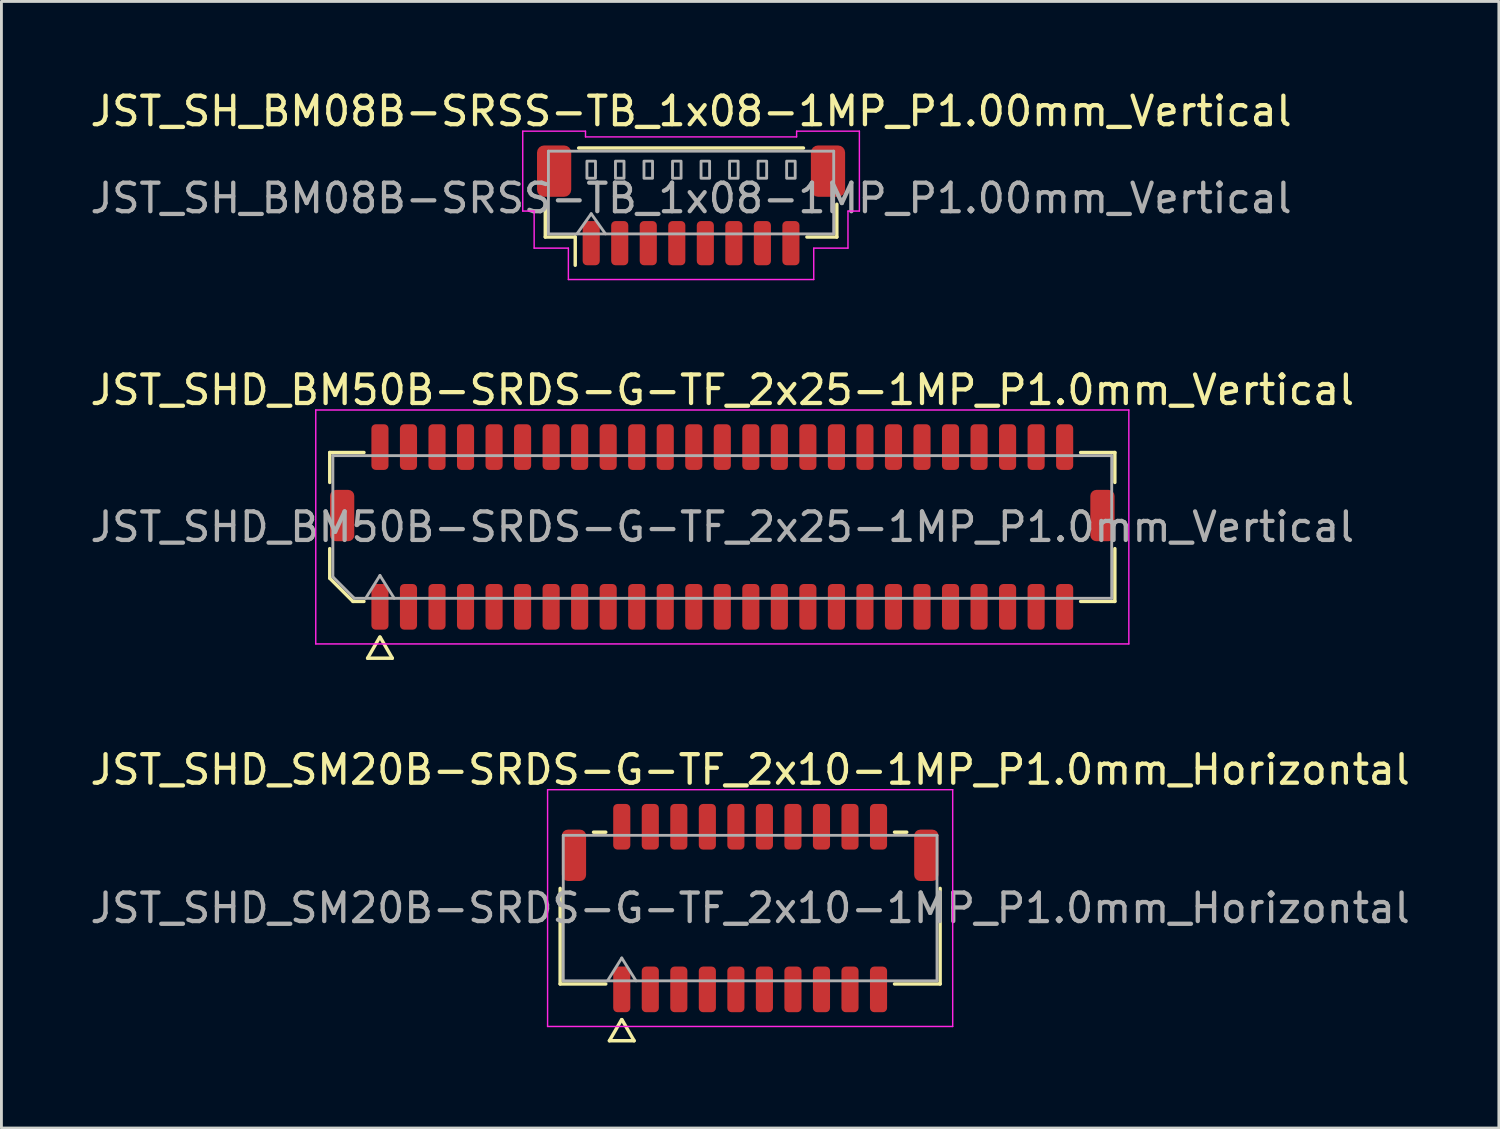
<source format=kicad_pcb>
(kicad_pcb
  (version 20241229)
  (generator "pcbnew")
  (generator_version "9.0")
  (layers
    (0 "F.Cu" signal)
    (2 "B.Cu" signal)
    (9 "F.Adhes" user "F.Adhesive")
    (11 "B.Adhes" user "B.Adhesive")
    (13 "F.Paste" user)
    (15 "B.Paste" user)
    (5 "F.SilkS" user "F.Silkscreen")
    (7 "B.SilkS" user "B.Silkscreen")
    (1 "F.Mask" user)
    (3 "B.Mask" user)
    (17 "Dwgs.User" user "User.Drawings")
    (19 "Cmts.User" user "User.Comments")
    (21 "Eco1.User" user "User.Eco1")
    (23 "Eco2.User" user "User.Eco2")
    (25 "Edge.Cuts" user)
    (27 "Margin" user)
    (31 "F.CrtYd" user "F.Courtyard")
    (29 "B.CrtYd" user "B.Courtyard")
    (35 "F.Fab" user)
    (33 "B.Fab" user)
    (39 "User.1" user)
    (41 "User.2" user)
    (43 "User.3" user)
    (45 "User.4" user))
  (footprint "JST_SHD_BM50B-SRDS-G-TF_2x25-1MP_P1.0mm_Vertical"
    (layer "F.Cu")
    (at 22.268 15.421)
    (property "Reference" "JST_SHD_BM50B-SRDS-G-TF_2x25-1MP_P1.0mm_Vertical" (at 0 -4.8 0) (layer "F.SilkS") (effects (font (size 1 1) (thickness 0.15))))
    (attr smd)
    (fp_line (start -13.76 -2.61) (end -12.56 -2.61) (stroke (width 0.12) (type solid)) (layer "F.SilkS"))
    (fp_line (start -13.76 -1.56) (end -13.76 -2.61) (stroke (width 0.12) (type solid)) (layer "F.SilkS"))
    (fp_line (start -13.76 1.796) (end -13.76 0.76) (stroke (width 0.12) (type solid)) (layer "F.SilkS"))
    (fp_line (start -12.946 2.61) (end -13.76 1.796) (stroke (width 0.12) (type solid)) (layer "F.SilkS"))
    (fp_line (start -12.56 2.61) (end -12.946 2.61) (stroke (width 0.12) (type solid)) (layer "F.SilkS"))
    (fp_line (start -12.433 4.6) (end -12.006 3.86) (stroke (width 0.12) (type solid)) (layer "F.SilkS"))
    (fp_line (start -11.994 3.86) (end -11.567 4.6) (stroke (width 0.12) (type solid)) (layer "F.SilkS"))
    (fp_line (start -11.567 4.6) (end -12.433 4.6) (stroke (width 0.12) (type solid)) (layer "F.SilkS"))
    (fp_line (start 12.56 -2.61) (end 13.76 -2.61) (stroke (width 0.12) (type solid)) (layer "F.SilkS"))
    (fp_line (start 13.76 -2.61) (end 13.76 -1.56) (stroke (width 0.12) (type solid)) (layer "F.SilkS"))
    (fp_line (start 13.76 0.76) (end 13.76 2.61) (stroke (width 0.12) (type solid)) (layer "F.SilkS"))
    (fp_line (start 13.76 2.61) (end 12.56 2.61) (stroke (width 0.12) (type solid)) (layer "F.SilkS"))
    (fp_line (start -14.25 -4.1) (end -14.25 4.1) (stroke (width 0.05) (type solid)) (layer "F.CrtYd"))
    (fp_line (start -14.25 4.1) (end 14.25 4.1) (stroke (width 0.05) (type solid)) (layer "F.CrtYd"))
    (fp_line (start 14.25 -4.1) (end -14.25 -4.1) (stroke (width 0.05) (type solid)) (layer "F.CrtYd"))
    (fp_line (start 14.25 4.1) (end 14.25 -4.1) (stroke (width 0.05) (type solid)) (layer "F.CrtYd"))
    (fp_line (start -13.65 -2.5) (end 13.65 -2.5) (stroke (width 0.1) (type solid)) (layer "F.Fab"))
    (fp_line (start -13.65 1.75) (end -13.65 -2.5) (stroke (width 0.1) (type solid)) (layer "F.Fab"))
    (fp_line (start -12.9 2.5) (end -13.65 1.75) (stroke (width 0.1) (type solid)) (layer "F.Fab"))
    (fp_line (start -12.5 2.5) (end -12 1.7) (stroke (width 0.1) (type solid)) (layer "F.Fab"))
    (fp_line (start -12 1.7) (end -11.5 2.5) (stroke (width 0.1) (type solid)) (layer "F.Fab"))
    (fp_line (start 13.65 -2.5) (end 13.65 2.5) (stroke (width 0.1) (type solid)) (layer "F.Fab"))
    (fp_line (start 13.65 2.5) (end -12.9 2.5) (stroke (width 0.1) (type solid)) (layer "F.Fab"))
    (fp_text user "${REFERENCE}" (at 0 0 0) (layer "F.Fab") (effects (font (size 1 1) (thickness 0.15))))
    (pad "1" smd roundrect (at -12 2.8) (size 0.6 1.6) (layers "F.Cu" "F.Mask" "F.Paste") (roundrect_rratio 0.25))
    (pad "2" smd roundrect (at -12 -2.8) (size 0.6 1.6) (layers "F.Cu" "F.Mask" "F.Paste") (roundrect_rratio 0.25))
    (pad "3" smd roundrect (at -11 2.8) (size 0.6 1.6) (layers "F.Cu" "F.Mask" "F.Paste") (roundrect_rratio 0.25))
    (pad "4" smd roundrect (at -11 -2.8) (size 0.6 1.6) (layers "F.Cu" "F.Mask" "F.Paste") (roundrect_rratio 0.25))
    (pad "5" smd roundrect (at -10 2.8) (size 0.6 1.6) (layers "F.Cu" "F.Mask" "F.Paste") (roundrect_rratio 0.25))
    (pad "6" smd roundrect (at -10 -2.8) (size 0.6 1.6) (layers "F.Cu" "F.Mask" "F.Paste") (roundrect_rratio 0.25))
    (pad "7" smd roundrect (at -9 2.8) (size 0.6 1.6) (layers "F.Cu" "F.Mask" "F.Paste") (roundrect_rratio 0.25))
    (pad "8" smd roundrect (at -9 -2.8) (size 0.6 1.6) (layers "F.Cu" "F.Mask" "F.Paste") (roundrect_rratio 0.25))
    (pad "9" smd roundrect (at -8 2.8) (size 0.6 1.6) (layers "F.Cu" "F.Mask" "F.Paste") (roundrect_rratio 0.25))
    (pad "10" smd roundrect (at -8 -2.8) (size 0.6 1.6) (layers "F.Cu" "F.Mask" "F.Paste") (roundrect_rratio 0.25))
    (pad "11" smd roundrect (at -7 2.8) (size 0.6 1.6) (layers "F.Cu" "F.Mask" "F.Paste") (roundrect_rratio 0.25))
    (pad "12" smd roundrect (at -7 -2.8) (size 0.6 1.6) (layers "F.Cu" "F.Mask" "F.Paste") (roundrect_rratio 0.25))
    (pad "13" smd roundrect (at -6 2.8) (size 0.6 1.6) (layers "F.Cu" "F.Mask" "F.Paste") (roundrect_rratio 0.25))
    (pad "14" smd roundrect (at -6 -2.8) (size 0.6 1.6) (layers "F.Cu" "F.Mask" "F.Paste") (roundrect_rratio 0.25))
    (pad "15" smd roundrect (at -5 2.8) (size 0.6 1.6) (layers "F.Cu" "F.Mask" "F.Paste") (roundrect_rratio 0.25))
    (pad "16" smd roundrect (at -5 -2.8) (size 0.6 1.6) (layers "F.Cu" "F.Mask" "F.Paste") (roundrect_rratio 0.25))
    (pad "17" smd roundrect (at -4 2.8) (size 0.6 1.6) (layers "F.Cu" "F.Mask" "F.Paste") (roundrect_rratio 0.25))
    (pad "18" smd roundrect (at -4 -2.8) (size 0.6 1.6) (layers "F.Cu" "F.Mask" "F.Paste") (roundrect_rratio 0.25))
    (pad "19" smd roundrect (at -3 2.8) (size 0.6 1.6) (layers "F.Cu" "F.Mask" "F.Paste") (roundrect_rratio 0.25))
    (pad "20" smd roundrect (at -3 -2.8) (size 0.6 1.6) (layers "F.Cu" "F.Mask" "F.Paste") (roundrect_rratio 0.25))
    (pad "21" smd roundrect (at -2 2.8) (size 0.6 1.6) (layers "F.Cu" "F.Mask" "F.Paste") (roundrect_rratio 0.25))
    (pad "22" smd roundrect (at -2 -2.8) (size 0.6 1.6) (layers "F.Cu" "F.Mask" "F.Paste") (roundrect_rratio 0.25))
    (pad "23" smd roundrect (at -1 2.8) (size 0.6 1.6) (layers "F.Cu" "F.Mask" "F.Paste") (roundrect_rratio 0.25))
    (pad "24" smd roundrect (at -1 -2.8) (size 0.6 1.6) (layers "F.Cu" "F.Mask" "F.Paste") (roundrect_rratio 0.25))
    (pad "25" smd roundrect (at 0 2.8) (size 0.6 1.6) (layers "F.Cu" "F.Mask" "F.Paste") (roundrect_rratio 0.25))
    (pad "26" smd roundrect (at 0 -2.8) (size 0.6 1.6) (layers "F.Cu" "F.Mask" "F.Paste") (roundrect_rratio 0.25))
    (pad "27" smd roundrect (at 1 2.8) (size 0.6 1.6) (layers "F.Cu" "F.Mask" "F.Paste") (roundrect_rratio 0.25))
    (pad "28" smd roundrect (at 1 -2.8) (size 0.6 1.6) (layers "F.Cu" "F.Mask" "F.Paste") (roundrect_rratio 0.25))
    (pad "29" smd roundrect (at 2 2.8) (size 0.6 1.6) (layers "F.Cu" "F.Mask" "F.Paste") (roundrect_rratio 0.25))
    (pad "30" smd roundrect (at 2 -2.8) (size 0.6 1.6) (layers "F.Cu" "F.Mask" "F.Paste") (roundrect_rratio 0.25))
    (pad "31" smd roundrect (at 3 2.8) (size 0.6 1.6) (layers "F.Cu" "F.Mask" "F.Paste") (roundrect_rratio 0.25))
    (pad "32" smd roundrect (at 3 -2.8) (size 0.6 1.6) (layers "F.Cu" "F.Mask" "F.Paste") (roundrect_rratio 0.25))
    (pad "33" smd roundrect (at 4 2.8) (size 0.6 1.6) (layers "F.Cu" "F.Mask" "F.Paste") (roundrect_rratio 0.25))
    (pad "34" smd roundrect (at 4 -2.8) (size 0.6 1.6) (layers "F.Cu" "F.Mask" "F.Paste") (roundrect_rratio 0.25))
    (pad "35" smd roundrect (at 5 2.8) (size 0.6 1.6) (layers "F.Cu" "F.Mask" "F.Paste") (roundrect_rratio 0.25))
    (pad "36" smd roundrect (at 5 -2.8) (size 0.6 1.6) (layers "F.Cu" "F.Mask" "F.Paste") (roundrect_rratio 0.25))
    (pad "37" smd roundrect (at 6 2.8) (size 0.6 1.6) (layers "F.Cu" "F.Mask" "F.Paste") (roundrect_rratio 0.25))
    (pad "38" smd roundrect (at 6 -2.8) (size 0.6 1.6) (layers "F.Cu" "F.Mask" "F.Paste") (roundrect_rratio 0.25))
    (pad "39" smd roundrect (at 7 2.8) (size 0.6 1.6) (layers "F.Cu" "F.Mask" "F.Paste") (roundrect_rratio 0.25))
    (pad "40" smd roundrect (at 7 -2.8) (size 0.6 1.6) (layers "F.Cu" "F.Mask" "F.Paste") (roundrect_rratio 0.25))
    (pad "41" smd roundrect (at 8 2.8) (size 0.6 1.6) (layers "F.Cu" "F.Mask" "F.Paste") (roundrect_rratio 0.25))
    (pad "42" smd roundrect (at 8 -2.8) (size 0.6 1.6) (layers "F.Cu" "F.Mask" "F.Paste") (roundrect_rratio 0.25))
    (pad "43" smd roundrect (at 9 2.8) (size 0.6 1.6) (layers "F.Cu" "F.Mask" "F.Paste") (roundrect_rratio 0.25))
    (pad "44" smd roundrect (at 9 -2.8) (size 0.6 1.6) (layers "F.Cu" "F.Mask" "F.Paste") (roundrect_rratio 0.25))
    (pad "45" smd roundrect (at 10 2.8) (size 0.6 1.6) (layers "F.Cu" "F.Mask" "F.Paste") (roundrect_rratio 0.25))
    (pad "46" smd roundrect (at 10 -2.8) (size 0.6 1.6) (layers "F.Cu" "F.Mask" "F.Paste") (roundrect_rratio 0.25))
    (pad "47" smd roundrect (at 11 2.8) (size 0.6 1.6) (layers "F.Cu" "F.Mask" "F.Paste") (roundrect_rratio 0.25))
    (pad "48" smd roundrect (at 11 -2.8) (size 0.6 1.6) (layers "F.Cu" "F.Mask" "F.Paste") (roundrect_rratio 0.25))
    (pad "49" smd roundrect (at 12 2.8) (size 0.6 1.6) (layers "F.Cu" "F.Mask" "F.Paste") (roundrect_rratio 0.25))
    (pad "50" smd roundrect (at 12 -2.8) (size 0.6 1.6) (layers "F.Cu" "F.Mask" "F.Paste") (roundrect_rratio 0.25))
    (pad "MP" smd roundrect (at -13.325 -0.4) (size 0.85 1.8) (layers "F.Cu" "F.Mask" "F.Paste") (roundrect_rratio 0.25))
    (pad "MP" smd roundrect (at 13.325 -0.4) (size 0.85 1.8) (layers "F.Cu" "F.Mask" "F.Paste") (roundrect_rratio 0.25)))
  (footprint "JST_SH_BM08B-SRSS-TB_1x08-1MP_P1.00mm_Vertical"
    (layer "F.Cu")
    (at 21.173 4.148)
    (property "Reference" "JST_SH_BM08B-SRSS-TB_1x08-1MP_P1.00mm_Vertical" (at 0 -3.3 0) (layer "F.SilkS") (effects (font (size 1 1) (thickness 0.15))))
    (attr smd)
    (fp_line (start -5.11 -0.04) (end -5.11 1.11) (stroke (width 0.12) (type solid)) (layer "F.SilkS"))
    (fp_line (start -5.11 1.11) (end -4.06 1.11) (stroke (width 0.12) (type solid)) (layer "F.SilkS"))
    (fp_line (start -4.06 1.11) (end -4.06 2.1) (stroke (width 0.12) (type solid)) (layer "F.SilkS"))
    (fp_line (start -3.94 -2.01) (end 3.94 -2.01) (stroke (width 0.12) (type solid)) (layer "F.SilkS"))
    (fp_line (start 5.11 -0.04) (end 5.11 1.11) (stroke (width 0.12) (type solid)) (layer "F.SilkS"))
    (fp_line (start 5.11 1.11) (end 4.06 1.11) (stroke (width 0.12) (type solid)) (layer "F.SilkS"))
    (fp_line (start -5.9 -2.6) (end -3.7 -2.6) (stroke (width 0.05) (type solid)) (layer "F.CrtYd"))
    (fp_line (start -5.9 0.2) (end -5.9 -2.6) (stroke (width 0.05) (type solid)) (layer "F.CrtYd"))
    (fp_line (start -5.5 0.2) (end -5.9 0.2) (stroke (width 0.05) (type solid)) (layer "F.CrtYd"))
    (fp_line (start -5.5 1.5) (end -5.5 0.2) (stroke (width 0.05) (type solid)) (layer "F.CrtYd"))
    (fp_line (start -4.3 1.5) (end -5.5 1.5) (stroke (width 0.05) (type solid)) (layer "F.CrtYd"))
    (fp_line (start -4.3 2.6) (end -4.3 1.5) (stroke (width 0.05) (type solid)) (layer "F.CrtYd"))
    (fp_line (start -3.7 -2.6) (end -3.7 -2.4) (stroke (width 0.05) (type solid)) (layer "F.CrtYd"))
    (fp_line (start -3.7 -2.4) (end 3.7 -2.4) (stroke (width 0.05) (type solid)) (layer "F.CrtYd"))
    (fp_line (start 3.7 -2.6) (end 5.9 -2.6) (stroke (width 0.05) (type solid)) (layer "F.CrtYd"))
    (fp_line (start 3.7 -2.4) (end 3.7 -2.6) (stroke (width 0.05) (type solid)) (layer "F.CrtYd"))
    (fp_line (start 4.3 1.5) (end 4.3 2.6) (stroke (width 0.05) (type solid)) (layer "F.CrtYd"))
    (fp_line (start 4.3 2.6) (end -4.3 2.6) (stroke (width 0.05) (type solid)) (layer "F.CrtYd"))
    (fp_line (start 5.5 0.2) (end 5.5 1.5) (stroke (width 0.05) (type solid)) (layer "F.CrtYd"))
    (fp_line (start 5.5 1.5) (end 4.3 1.5) (stroke (width 0.05) (type solid)) (layer "F.CrtYd"))
    (fp_line (start 5.9 -2.6) (end 5.9 0.2) (stroke (width 0.05) (type solid)) (layer "F.CrtYd"))
    (fp_line (start 5.9 0.2) (end 5.5 0.2) (stroke (width 0.05) (type solid)) (layer "F.CrtYd"))
    (fp_line (start -5 -1.9) (end 5 -1.9) (stroke (width 0.1) (type solid)) (layer "F.Fab"))
    (fp_line (start -5 1) (end -5 -1.9) (stroke (width 0.1) (type solid)) (layer "F.Fab"))
    (fp_line (start -5 1) (end 5 1) (stroke (width 0.1) (type solid)) (layer "F.Fab"))
    (fp_line (start -4 1) (end -3.5 0.293) (stroke (width 0.1) (type solid)) (layer "F.Fab"))
    (fp_line (start -3.5 0.293) (end -3 1) (stroke (width 0.1) (type solid)) (layer "F.Fab"))
    (fp_line (start 5 1) (end 5 -1.9) (stroke (width 0.1) (type solid)) (layer "F.Fab"))
    (fp_rect (start -3.65 -1.55) (end -3.35 -0.95) (stroke (width 0.1) (type solid)) (fill no) (layer "F.Fab"))
    (fp_rect (start -2.65 -1.55) (end -2.35 -0.95) (stroke (width 0.1) (type solid)) (fill no) (layer "F.Fab"))
    (fp_rect (start -1.65 -1.55) (end -1.35 -0.95) (stroke (width 0.1) (type solid)) (fill no) (layer "F.Fab"))
    (fp_rect (start -0.65 -1.55) (end -0.35 -0.95) (stroke (width 0.1) (type solid)) (fill no) (layer "F.Fab"))
    (fp_rect (start 0.35 -1.55) (end 0.65 -0.95) (stroke (width 0.1) (type solid)) (fill no) (layer "F.Fab"))
    (fp_rect (start 1.35 -1.55) (end 1.65 -0.95) (stroke (width 0.1) (type solid)) (fill no) (layer "F.Fab"))
    (fp_rect (start 2.35 -1.55) (end 2.65 -0.95) (stroke (width 0.1) (type solid)) (fill no) (layer "F.Fab"))
    (fp_rect (start 3.35 -1.55) (end 3.65 -0.95) (stroke (width 0.1) (type solid)) (fill no) (layer "F.Fab"))
    (fp_text user "${REFERENCE}" (at 0 -0.25 0) (layer "F.Fab") (effects (font (size 1 1) (thickness 0.15))))
    (pad "1" smd roundrect (at -3.5 1.325) (size 0.6 1.55) (layers "F.Cu" "F.Mask" "F.Paste") (roundrect_rratio 0.25))
    (pad "2" smd roundrect (at -2.5 1.325) (size 0.6 1.55) (layers "F.Cu" "F.Mask" "F.Paste") (roundrect_rratio 0.25))
    (pad "3" smd roundrect (at -1.5 1.325) (size 0.6 1.55) (layers "F.Cu" "F.Mask" "F.Paste") (roundrect_rratio 0.25))
    (pad "4" smd roundrect (at -0.5 1.325) (size 0.6 1.55) (layers "F.Cu" "F.Mask" "F.Paste") (roundrect_rratio 0.25))
    (pad "5" smd roundrect (at 0.5 1.325) (size 0.6 1.55) (layers "F.Cu" "F.Mask" "F.Paste") (roundrect_rratio 0.25))
    (pad "6" smd roundrect (at 1.5 1.325) (size 0.6 1.55) (layers "F.Cu" "F.Mask" "F.Paste") (roundrect_rratio 0.25))
    (pad "7" smd roundrect (at 2.5 1.325) (size 0.6 1.55) (layers "F.Cu" "F.Mask" "F.Paste") (roundrect_rratio 0.25))
    (pad "8" smd roundrect (at 3.5 1.325) (size 0.6 1.55) (layers "F.Cu" "F.Mask" "F.Paste") (roundrect_rratio 0.25))
    (pad "MP" smd roundrect (at -4.8 -1.2) (size 1.2 1.8) (layers "F.Cu" "F.Mask" "F.Paste") (roundrect_rratio 0.208))
    (pad "MP" smd roundrect (at 4.8 -1.2) (size 1.2 1.8) (layers "F.Cu" "F.Mask" "F.Paste") (roundrect_rratio 0.208)))
  (footprint "JST_SHD_SM20B-SRDS-G-TF_2x10-1MP_P1.0mm_Horizontal"
    (layer "F.Cu")
    (at 23.244 28.78)
    (property "Reference" "JST_SHD_SM20B-SRDS-G-TF_2x10-1MP_P1.0mm_Horizontal" (at 0 -4.85 0) (layer "F.SilkS") (effects (font (size 1 1) (thickness 0.15))))
    (attr smd)
    (fp_line (start -6.66 2.66) (end -6.66 -0.69) (stroke (width 0.12) (type solid)) (layer "F.SilkS"))
    (fp_line (start -5.49 -2.66) (end -5.06 -2.66) (stroke (width 0.12) (type solid)) (layer "F.SilkS"))
    (fp_line (start -5.06 2.66) (end -6.66 2.66) (stroke (width 0.12) (type solid)) (layer "F.SilkS"))
    (fp_line (start -4.933 4.65) (end -4.506 3.91) (stroke (width 0.12) (type solid)) (layer "F.SilkS"))
    (fp_line (start -4.494 3.91) (end -4.067 4.65) (stroke (width 0.12) (type solid)) (layer "F.SilkS"))
    (fp_line (start -4.067 4.65) (end -4.933 4.65) (stroke (width 0.12) (type solid)) (layer "F.SilkS"))
    (fp_line (start 5.06 -2.66) (end 5.49 -2.66) (stroke (width 0.12) (type solid)) (layer "F.SilkS"))
    (fp_line (start 6.66 -0.69) (end 6.66 2.66) (stroke (width 0.12) (type solid)) (layer "F.SilkS"))
    (fp_line (start 6.66 2.66) (end 5.06 2.66) (stroke (width 0.12) (type solid)) (layer "F.SilkS"))
    (fp_line (start -7.1 -4.15) (end -7.1 4.15) (stroke (width 0.05) (type solid)) (layer "F.CrtYd"))
    (fp_line (start -7.1 4.15) (end 7.1 4.15) (stroke (width 0.05) (type solid)) (layer "F.CrtYd"))
    (fp_line (start 7.1 -4.15) (end -7.1 -4.15) (stroke (width 0.05) (type solid)) (layer "F.CrtYd"))
    (fp_line (start 7.1 4.15) (end 7.1 -4.15) (stroke (width 0.05) (type solid)) (layer "F.CrtYd"))
    (fp_line (start -6.55 -2.55) (end 6.55 -2.55) (stroke (width 0.1) (type solid)) (layer "F.Fab"))
    (fp_line (start -6.55 2.55) (end -6.55 -2.55) (stroke (width 0.1) (type solid)) (layer "F.Fab"))
    (fp_line (start -5 2.55) (end -4.5 1.75) (stroke (width 0.1) (type solid)) (layer "F.Fab"))
    (fp_line (start -4.5 1.75) (end -4 2.55) (stroke (width 0.1) (type solid)) (layer "F.Fab"))
    (fp_line (start 6.55 -2.55) (end 6.55 2.55) (stroke (width 0.1) (type solid)) (layer "F.Fab"))
    (fp_line (start 6.55 2.55) (end -6.55 2.55) (stroke (width 0.1) (type solid)) (layer "F.Fab"))
    (fp_text user "${REFERENCE}" (at 0 0 0) (layer "F.Fab") (effects (font (size 1 1) (thickness 0.15))))
    (pad "1" smd roundrect (at -4.5 2.85) (size 0.6 1.6) (layers "F.Cu" "F.Mask" "F.Paste") (roundrect_rratio 0.25))
    (pad "2" smd roundrect (at -4.5 -2.85) (size 0.6 1.6) (layers "F.Cu" "F.Mask" "F.Paste") (roundrect_rratio 0.25))
    (pad "3" smd roundrect (at -3.5 2.85) (size 0.6 1.6) (layers "F.Cu" "F.Mask" "F.Paste") (roundrect_rratio 0.25))
    (pad "4" smd roundrect (at -3.5 -2.85) (size 0.6 1.6) (layers "F.Cu" "F.Mask" "F.Paste") (roundrect_rratio 0.25))
    (pad "5" smd roundrect (at -2.5 2.85) (size 0.6 1.6) (layers "F.Cu" "F.Mask" "F.Paste") (roundrect_rratio 0.25))
    (pad "6" smd roundrect (at -2.5 -2.85) (size 0.6 1.6) (layers "F.Cu" "F.Mask" "F.Paste") (roundrect_rratio 0.25))
    (pad "7" smd roundrect (at -1.5 2.85) (size 0.6 1.6) (layers "F.Cu" "F.Mask" "F.Paste") (roundrect_rratio 0.25))
    (pad "8" smd roundrect (at -1.5 -2.85) (size 0.6 1.6) (layers "F.Cu" "F.Mask" "F.Paste") (roundrect_rratio 0.25))
    (pad "9" smd roundrect (at -0.5 2.85) (size 0.6 1.6) (layers "F.Cu" "F.Mask" "F.Paste") (roundrect_rratio 0.25))
    (pad "10" smd roundrect (at -0.5 -2.85) (size 0.6 1.6) (layers "F.Cu" "F.Mask" "F.Paste") (roundrect_rratio 0.25))
    (pad "11" smd roundrect (at 0.5 2.85) (size 0.6 1.6) (layers "F.Cu" "F.Mask" "F.Paste") (roundrect_rratio 0.25))
    (pad "12" smd roundrect (at 0.5 -2.85) (size 0.6 1.6) (layers "F.Cu" "F.Mask" "F.Paste") (roundrect_rratio 0.25))
    (pad "13" smd roundrect (at 1.5 2.85) (size 0.6 1.6) (layers "F.Cu" "F.Mask" "F.Paste") (roundrect_rratio 0.25))
    (pad "14" smd roundrect (at 1.5 -2.85) (size 0.6 1.6) (layers "F.Cu" "F.Mask" "F.Paste") (roundrect_rratio 0.25))
    (pad "15" smd roundrect (at 2.5 2.85) (size 0.6 1.6) (layers "F.Cu" "F.Mask" "F.Paste") (roundrect_rratio 0.25))
    (pad "16" smd roundrect (at 2.5 -2.85) (size 0.6 1.6) (layers "F.Cu" "F.Mask" "F.Paste") (roundrect_rratio 0.25))
    (pad "17" smd roundrect (at 3.5 2.85) (size 0.6 1.6) (layers "F.Cu" "F.Mask" "F.Paste") (roundrect_rratio 0.25))
    (pad "18" smd roundrect (at 3.5 -2.85) (size 0.6 1.6) (layers "F.Cu" "F.Mask" "F.Paste") (roundrect_rratio 0.25))
    (pad "19" smd roundrect (at 4.5 2.85) (size 0.6 1.6) (layers "F.Cu" "F.Mask" "F.Paste") (roundrect_rratio 0.25))
    (pad "20" smd roundrect (at 4.5 -2.85) (size 0.6 1.6) (layers "F.Cu" "F.Mask" "F.Paste") (roundrect_rratio 0.25))
    (pad "MP" smd roundrect (at -6.175 -1.85) (size 0.85 1.8) (layers "F.Cu" "F.Mask" "F.Paste") (roundrect_rratio 0.25))
    (pad "MP" smd roundrect (at 6.175 -1.85) (size 0.85 1.8) (layers "F.Cu" "F.Mask" "F.Paste") (roundrect_rratio 0.25)))
  (gr_rect
    (start -3 -3)
    (end 49.488 36.49)
    (stroke (width 0.1) (type default))
    (fill no)
    (layer "Edge.Cuts")))
</source>
